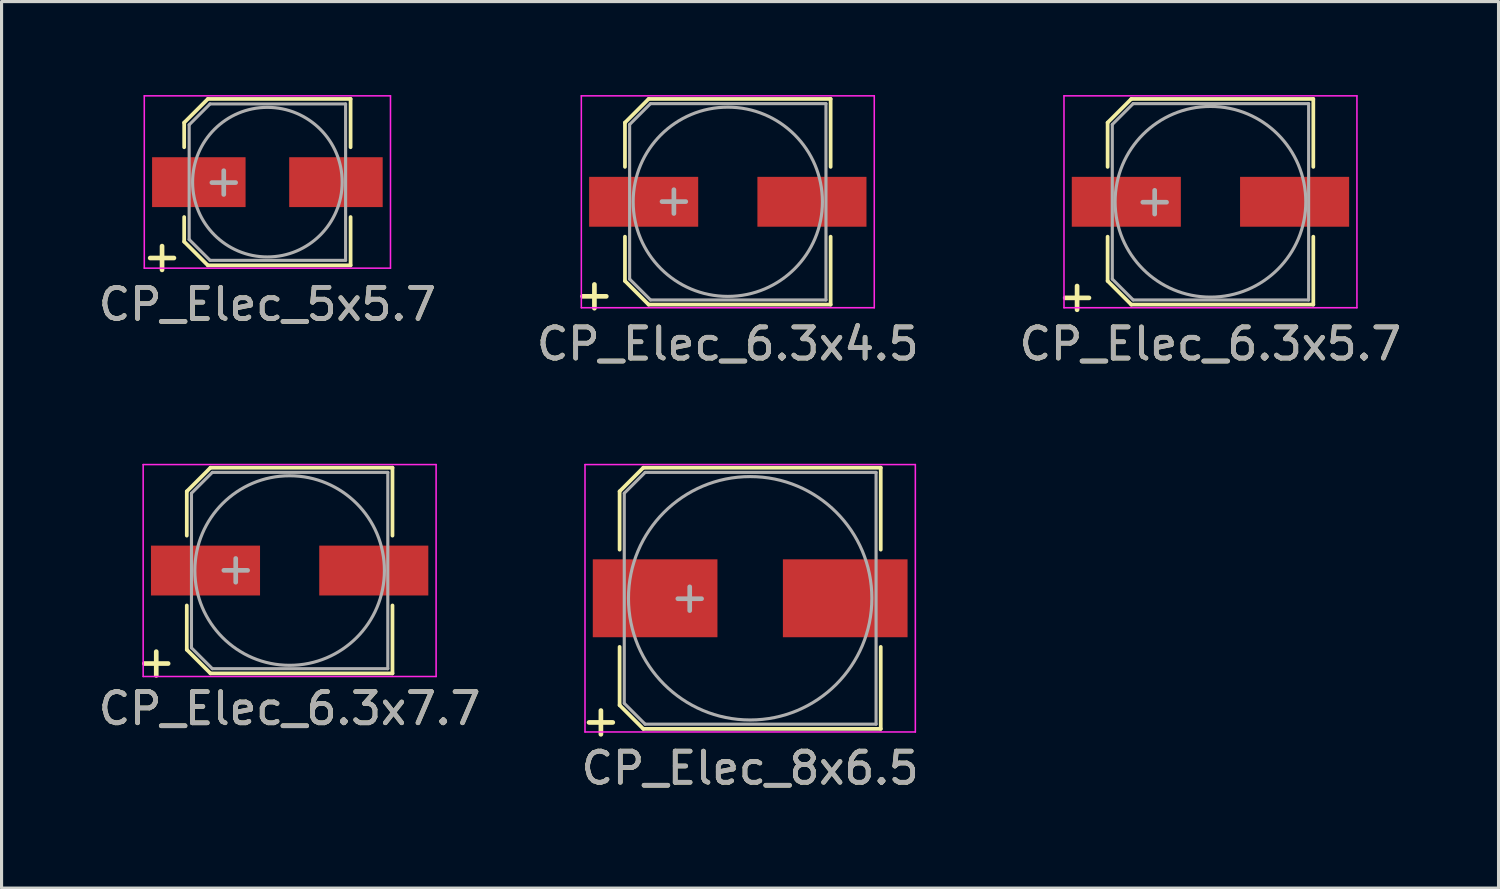
<source format=kicad_pcb>
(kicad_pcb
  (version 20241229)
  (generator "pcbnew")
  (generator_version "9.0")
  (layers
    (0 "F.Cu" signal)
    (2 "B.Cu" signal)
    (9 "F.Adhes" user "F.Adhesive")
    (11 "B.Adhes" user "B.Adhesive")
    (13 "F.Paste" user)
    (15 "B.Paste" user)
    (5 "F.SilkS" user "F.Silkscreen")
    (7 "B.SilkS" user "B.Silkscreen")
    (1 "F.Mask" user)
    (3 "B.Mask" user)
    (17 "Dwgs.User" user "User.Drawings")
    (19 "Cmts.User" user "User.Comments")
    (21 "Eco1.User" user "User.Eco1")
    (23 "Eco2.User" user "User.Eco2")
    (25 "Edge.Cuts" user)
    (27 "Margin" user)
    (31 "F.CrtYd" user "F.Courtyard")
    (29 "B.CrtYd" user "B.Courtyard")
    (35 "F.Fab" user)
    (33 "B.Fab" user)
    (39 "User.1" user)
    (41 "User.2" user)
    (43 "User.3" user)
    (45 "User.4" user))
  (footprint "CP_Elec_6.3x4.5"
    (layer "F.Cu")
    (at 20.304 3.425)
    (property "Reference" "CP_Elec_6.3x4.5" (at 0 4.56 0) (layer "F.SilkS") (effects (font (size 1 1) (thickness 0.15))))
    (attr smd)
    (fp_line (start -3.3 -2.54) (end -3.3 -1.12) (stroke (width 0.12) (type solid)) (layer "F.SilkS"))
    (fp_line (start -3.3 -2.54) (end -2.54 -3.3) (stroke (width 0.12) (type solid)) (layer "F.SilkS"))
    (fp_line (start -3.3 2.54) (end -3.3 1.12) (stroke (width 0.12) (type solid)) (layer "F.SilkS"))
    (fp_line (start -2.54 -3.3) (end 3.3 -3.3) (stroke (width 0.12) (type solid)) (layer "F.SilkS"))
    (fp_line (start -2.54 3.3) (end -3.3 2.54) (stroke (width 0.12) (type solid)) (layer "F.SilkS"))
    (fp_line (start 3.3 -3.3) (end 3.3 -1.12) (stroke (width 0.12) (type solid)) (layer "F.SilkS"))
    (fp_line (start 3.3 3.3) (end -2.54 3.3) (stroke (width 0.12) (type solid)) (layer "F.SilkS"))
    (fp_line (start 3.3 3.3) (end 3.3 1.12) (stroke (width 0.12) (type solid)) (layer "F.SilkS"))
    (fp_line (start -4.7 -3.4) (end -4.7 3.4) (stroke (width 0.05) (type solid)) (layer "F.CrtYd"))
    (fp_line (start -4.7 -3.4) (end 4.7 -3.4) (stroke (width 0.05) (type solid)) (layer "F.CrtYd"))
    (fp_line (start 4.7 3.4) (end -4.7 3.4) (stroke (width 0.05) (type solid)) (layer "F.CrtYd"))
    (fp_line (start 4.7 3.4) (end 4.7 -3.4) (stroke (width 0.05) (type solid)) (layer "F.CrtYd"))
    (fp_line (start -3.15 -2.48) (end -3.15 2.48) (stroke (width 0.1) (type solid)) (layer "F.Fab"))
    (fp_line (start -3.15 2.48) (end -2.48 3.15) (stroke (width 0.1) (type solid)) (layer "F.Fab"))
    (fp_line (start -2.48 -3.15) (end -3.15 -2.48) (stroke (width 0.1) (type solid)) (layer "F.Fab"))
    (fp_line (start -2.48 3.15) (end 3.15 3.15) (stroke (width 0.1) (type solid)) (layer "F.Fab"))
    (fp_line (start 3.15 -3.15) (end -2.48 -3.15) (stroke (width 0.1) (type solid)) (layer "F.Fab"))
    (fp_line (start 3.15 3.15) (end 3.15 -3.15) (stroke (width 0.1) (type solid)) (layer "F.Fab"))
    (fp_circle (center 0 0) (end 0.9 2.9) (stroke (width 0.1) (type solid)) (fill no) (layer "F.Fab"))
    (fp_text user "+" (at -4.28 2.96 0) (layer "F.SilkS") (effects (font (size 1 1) (thickness 0.15))))
    (fp_text user "+" (at -1.73 -0.08 0) (layer "F.Fab") (effects (font (size 1 1) (thickness 0.15))))
    (fp_text user "${REFERENCE}" (at 0 4.56 0) (layer "F.Fab") (effects (font (size 1 1) (thickness 0.15))))
    (pad "1" smd rect (at -2.7 0 180) (size 3.5 1.6) (layers "F.Cu" "F.Mask" "F.Paste"))
    (pad "2" smd rect (at 2.7 0 180) (size 3.5 1.6) (layers "F.Cu" "F.Mask" "F.Paste")))
  (footprint "CP_Elec_6.3x5.7"
    (layer "F.Cu")
    (at 35.792 3.425)
    (property "Reference" "CP_Elec_6.3x5.7" (at 0 4.56 0) (layer "F.SilkS") (effects (font (size 1 1) (thickness 0.15))))
    (attr smd)
    (fp_line (start -3.3 -2.54) (end -3.3 -1.12) (stroke (width 0.12) (type solid)) (layer "F.SilkS"))
    (fp_line (start -3.3 -2.54) (end -2.54 -3.3) (stroke (width 0.12) (type solid)) (layer "F.SilkS"))
    (fp_line (start -3.3 2.54) (end -3.3 1.12) (stroke (width 0.12) (type solid)) (layer "F.SilkS"))
    (fp_line (start -2.54 -3.3) (end 3.3 -3.3) (stroke (width 0.12) (type solid)) (layer "F.SilkS"))
    (fp_line (start -2.54 3.3) (end -3.3 2.54) (stroke (width 0.12) (type solid)) (layer "F.SilkS"))
    (fp_line (start 3.3 -3.3) (end 3.3 -1.12) (stroke (width 0.12) (type solid)) (layer "F.SilkS"))
    (fp_line (start 3.3 3.3) (end -2.54 3.3) (stroke (width 0.12) (type solid)) (layer "F.SilkS"))
    (fp_line (start 3.3 3.3) (end 3.3 1.12) (stroke (width 0.12) (type solid)) (layer "F.SilkS"))
    (fp_line (start -4.7 -3.4) (end -4.7 3.4) (stroke (width 0.05) (type solid)) (layer "F.CrtYd"))
    (fp_line (start -4.7 -3.4) (end 4.7 -3.4) (stroke (width 0.05) (type solid)) (layer "F.CrtYd"))
    (fp_line (start 4.7 3.4) (end -4.7 3.4) (stroke (width 0.05) (type solid)) (layer "F.CrtYd"))
    (fp_line (start 4.7 3.4) (end 4.7 -3.4) (stroke (width 0.05) (type solid)) (layer "F.CrtYd"))
    (fp_line (start -3.15 -2.48) (end -3.15 2.48) (stroke (width 0.1) (type solid)) (layer "F.Fab"))
    (fp_line (start -3.15 2.48) (end -2.48 3.15) (stroke (width 0.1) (type solid)) (layer "F.Fab"))
    (fp_line (start -2.48 -3.15) (end -3.15 -2.48) (stroke (width 0.1) (type solid)) (layer "F.Fab"))
    (fp_line (start -2.48 3.15) (end 3.15 3.15) (stroke (width 0.1) (type solid)) (layer "F.Fab"))
    (fp_line (start 3.15 -3.15) (end -2.48 -3.15) (stroke (width 0.1) (type solid)) (layer "F.Fab"))
    (fp_line (start 3.15 3.15) (end 3.15 -3.15) (stroke (width 0.1) (type solid)) (layer "F.Fab"))
    (fp_circle (center 0 0) (end 0.6 3) (stroke (width 0.1) (type solid)) (fill no) (layer "F.Fab"))
    (fp_text user "+" (at -4.28 3.01 0) (layer "F.SilkS") (effects (font (size 1 1) (thickness 0.15))))
    (fp_text user "${REFERENCE}" (at 0 4.56 0) (layer "F.Fab") (effects (font (size 1 1) (thickness 0.15))))
    (fp_text user "+" (at -1.79 -0.06 0) (layer "F.Fab") (effects (font (size 1 1) (thickness 0.15))))
    (pad "1" smd rect (at -2.7 0 180) (size 3.5 1.6) (layers "F.Cu" "F.Mask" "F.Paste"))
    (pad "2" smd rect (at 2.7 0 180) (size 3.5 1.6) (layers "F.Cu" "F.Mask" "F.Paste")))
  (footprint "CP_Elec_6.3x7.7"
    (layer "F.Cu")
    (at 6.244 15.258)
    (property "Reference" "CP_Elec_6.3x7.7" (at 0 4.43 0) (layer "F.SilkS") (effects (font (size 1 1) (thickness 0.15))))
    (attr smd)
    (fp_line (start -3.3 -2.54) (end -3.3 -1.12) (stroke (width 0.12) (type solid)) (layer "F.SilkS"))
    (fp_line (start -3.3 -2.54) (end -2.54 -3.3) (stroke (width 0.12) (type solid)) (layer "F.SilkS"))
    (fp_line (start -3.3 2.54) (end -3.3 1.12) (stroke (width 0.12) (type solid)) (layer "F.SilkS"))
    (fp_line (start -2.54 -3.3) (end 3.3 -3.3) (stroke (width 0.12) (type solid)) (layer "F.SilkS"))
    (fp_line (start -2.54 3.3) (end -3.3 2.54) (stroke (width 0.12) (type solid)) (layer "F.SilkS"))
    (fp_line (start 3.3 -3.3) (end 3.3 -1.12) (stroke (width 0.12) (type solid)) (layer "F.SilkS"))
    (fp_line (start 3.3 3.3) (end -2.54 3.3) (stroke (width 0.12) (type solid)) (layer "F.SilkS"))
    (fp_line (start 3.3 3.3) (end 3.3 1.12) (stroke (width 0.12) (type solid)) (layer "F.SilkS"))
    (fp_line (start -4.7 -3.4) (end -4.7 3.4) (stroke (width 0.05) (type solid)) (layer "F.CrtYd"))
    (fp_line (start -4.7 -3.4) (end 4.7 -3.4) (stroke (width 0.05) (type solid)) (layer "F.CrtYd"))
    (fp_line (start 4.7 3.4) (end -4.7 3.4) (stroke (width 0.05) (type solid)) (layer "F.CrtYd"))
    (fp_line (start 4.7 3.4) (end 4.7 -3.4) (stroke (width 0.05) (type solid)) (layer "F.CrtYd"))
    (fp_line (start -3.15 -2.48) (end -3.15 2.48) (stroke (width 0.1) (type solid)) (layer "F.Fab"))
    (fp_line (start -3.15 2.48) (end -2.48 3.15) (stroke (width 0.1) (type solid)) (layer "F.Fab"))
    (fp_line (start -2.48 -3.15) (end -3.15 -2.48) (stroke (width 0.1) (type solid)) (layer "F.Fab"))
    (fp_line (start -2.48 3.15) (end 3.15 3.15) (stroke (width 0.1) (type solid)) (layer "F.Fab"))
    (fp_line (start 3.15 -3.15) (end -2.48 -3.15) (stroke (width 0.1) (type solid)) (layer "F.Fab"))
    (fp_line (start 3.15 3.15) (end 3.15 -3.15) (stroke (width 0.1) (type solid)) (layer "F.Fab"))
    (fp_circle (center 0 0) (end 0.5 3) (stroke (width 0.1) (type solid)) (fill no) (layer "F.Fab"))
    (fp_text user "+" (at -4.28 2.91 0) (layer "F.SilkS") (effects (font (size 1 1) (thickness 0.15))))
    (fp_text user "${REFERENCE}" (at 0 4.43 0) (layer "F.Fab") (effects (font (size 1 1) (thickness 0.15))))
    (fp_text user "+" (at -1.73 -0.08 0) (layer "F.Fab") (effects (font (size 1 1) (thickness 0.15))))
    (pad "1" smd rect (at -2.7 0 180) (size 3.5 1.6) (layers "F.Cu" "F.Mask" "F.Paste"))
    (pad "2" smd rect (at 2.7 0 180) (size 3.5 1.6) (layers "F.Cu" "F.Mask" "F.Paste")))
  (footprint "CP_Elec_5x5.7"
    (layer "F.Cu")
    (at 5.53 2.795)
    (property "Reference" "CP_Elec_5x5.7" (at 0 3.92 0) (layer "F.SilkS") (effects (font (size 1 1) (thickness 0.15))))
    (attr smd)
    (fp_line (start -2.67 -1.91) (end -2.67 -1.12) (stroke (width 0.12) (type solid)) (layer "F.SilkS"))
    (fp_line (start -2.67 1.91) (end -2.67 1.12) (stroke (width 0.12) (type solid)) (layer "F.SilkS"))
    (fp_line (start -2.67 1.91) (end -1.91 2.67) (stroke (width 0.12) (type solid)) (layer "F.SilkS"))
    (fp_line (start -1.91 -2.67) (end -2.67 -1.91) (stroke (width 0.12) (type solid)) (layer "F.SilkS"))
    (fp_line (start -1.91 2.67) (end 2.67 2.67) (stroke (width 0.12) (type solid)) (layer "F.SilkS"))
    (fp_line (start 2.67 -2.67) (end -1.91 -2.67) (stroke (width 0.12) (type solid)) (layer "F.SilkS"))
    (fp_line (start 2.67 -2.67) (end 2.67 -1.12) (stroke (width 0.12) (type solid)) (layer "F.SilkS"))
    (fp_line (start 2.67 2.67) (end 2.67 1.12) (stroke (width 0.12) (type solid)) (layer "F.SilkS"))
    (fp_line (start -3.95 -2.77) (end -3.95 2.76) (stroke (width 0.05) (type solid)) (layer "F.CrtYd"))
    (fp_line (start -3.95 -2.77) (end 3.95 -2.77) (stroke (width 0.05) (type solid)) (layer "F.CrtYd"))
    (fp_line (start 3.95 2.76) (end -3.95 2.76) (stroke (width 0.05) (type solid)) (layer "F.CrtYd"))
    (fp_line (start 3.95 2.76) (end 3.95 -2.77) (stroke (width 0.05) (type solid)) (layer "F.CrtYd"))
    (fp_line (start -2.51 -1.84) (end -2.51 1.84) (stroke (width 0.1) (type solid)) (layer "F.Fab"))
    (fp_line (start -2.51 1.84) (end -1.84 2.51) (stroke (width 0.1) (type solid)) (layer "F.Fab"))
    (fp_line (start -1.84 -2.51) (end -2.51 -1.84) (stroke (width 0.1) (type solid)) (layer "F.Fab"))
    (fp_line (start -1.84 2.51) (end 2.51 2.51) (stroke (width 0.1) (type solid)) (layer "F.Fab"))
    (fp_line (start 2.51 -2.51) (end -1.84 -2.51) (stroke (width 0.1) (type solid)) (layer "F.Fab"))
    (fp_line (start 2.51 2.51) (end 2.51 -2.51) (stroke (width 0.1) (type solid)) (layer "F.Fab"))
    (fp_circle (center 0 0) (end 0 2.4) (stroke (width 0.1) (type solid)) (fill no) (layer "F.Fab"))
    (fp_text user "+" (at -3.38 2.36 0) (layer "F.SilkS") (effects (font (size 1 1) (thickness 0.15))))
    (fp_text user "+" (at -1.4 -0.06 0) (layer "F.Fab") (effects (font (size 1 1) (thickness 0.15))))
    (fp_text user "${REFERENCE}" (at 0 3.92 0) (layer "F.Fab") (effects (font (size 1 1) (thickness 0.15))))
    (pad "1" smd rect (at -2.2 0 180) (size 3 1.6) (layers "F.Cu" "F.Mask" "F.Paste"))
    (pad "2" smd rect (at 2.2 0 180) (size 3 1.6) (layers "F.Cu" "F.Mask" "F.Paste")))
  (footprint "CP_Elec_8x6.5"
    (layer "F.Cu")
    (at 21.022 16.148)
    (property "Reference" "CP_Elec_8x6.5" (at 0 5.45 0) (layer "F.SilkS") (effects (font (size 1 1) (thickness 0.15))))
    (attr smd)
    (fp_line (start -4.19 -3.43) (end -4.19 -1.56) (stroke (width 0.12) (type solid)) (layer "F.SilkS"))
    (fp_line (start -4.19 -3.43) (end -3.43 -4.19) (stroke (width 0.12) (type solid)) (layer "F.SilkS"))
    (fp_line (start -4.19 3.43) (end -4.19 1.56) (stroke (width 0.12) (type solid)) (layer "F.SilkS"))
    (fp_line (start -3.43 -4.19) (end 4.19 -4.19) (stroke (width 0.12) (type solid)) (layer "F.SilkS"))
    (fp_line (start -3.43 4.19) (end -4.19 3.43) (stroke (width 0.12) (type solid)) (layer "F.SilkS"))
    (fp_line (start 4.19 -4.19) (end 4.19 -1.56) (stroke (width 0.12) (type solid)) (layer "F.SilkS"))
    (fp_line (start 4.19 4.19) (end -3.43 4.19) (stroke (width 0.12) (type solid)) (layer "F.SilkS"))
    (fp_line (start 4.19 4.19) (end 4.19 1.56) (stroke (width 0.12) (type solid)) (layer "F.SilkS"))
    (fp_line (start -5.3 -4.29) (end -5.3 4.29) (stroke (width 0.05) (type solid)) (layer "F.CrtYd"))
    (fp_line (start -5.3 -4.29) (end 5.3 -4.29) (stroke (width 0.05) (type solid)) (layer "F.CrtYd"))
    (fp_line (start 5.3 4.29) (end -5.3 4.29) (stroke (width 0.05) (type solid)) (layer "F.CrtYd"))
    (fp_line (start 5.3 4.29) (end 5.3 -4.29) (stroke (width 0.05) (type solid)) (layer "F.CrtYd"))
    (fp_line (start -4.04 -3.37) (end -4.04 3.37) (stroke (width 0.1) (type solid)) (layer "F.Fab"))
    (fp_line (start -4.04 3.37) (end -3.37 4.04) (stroke (width 0.1) (type solid)) (layer "F.Fab"))
    (fp_line (start -3.37 -4.04) (end -4.04 -3.37) (stroke (width 0.1) (type solid)) (layer "F.Fab"))
    (fp_line (start -3.37 4.04) (end 4.04 4.04) (stroke (width 0.1) (type solid)) (layer "F.Fab"))
    (fp_line (start 4.04 -4.04) (end -3.37 -4.04) (stroke (width 0.1) (type solid)) (layer "F.Fab"))
    (fp_line (start 4.04 4.04) (end 4.04 -4.04) (stroke (width 0.1) (type solid)) (layer "F.Fab"))
    (fp_circle (center 0 0) (end 0.9 3.8) (stroke (width 0.1) (type solid)) (fill no) (layer "F.Fab"))
    (fp_text user "+" (at -4.79 3.91 0) (layer "F.SilkS") (effects (font (size 1 1) (thickness 0.15))))
    (fp_text user "${REFERENCE}" (at 0 5.45 0) (layer "F.Fab") (effects (font (size 1 1) (thickness 0.15))))
    (fp_text user "+" (at -1.94 -0.06 0) (layer "F.Fab") (effects (font (size 1 1) (thickness 0.15))))
    (pad "1" smd rect (at -3.05 0 180) (size 4 2.5) (layers "F.Cu" "F.Mask" "F.Paste"))
    (pad "2" smd rect (at 3.05 0 180) (size 4 2.5) (layers "F.Cu" "F.Mask" "F.Paste")))
  (gr_rect
    (start -3 -3)
    (end 45.036 25.447)
    (stroke (width 0.1) (type default))
    (fill no)
    (layer "Edge.Cuts")))
</source>
